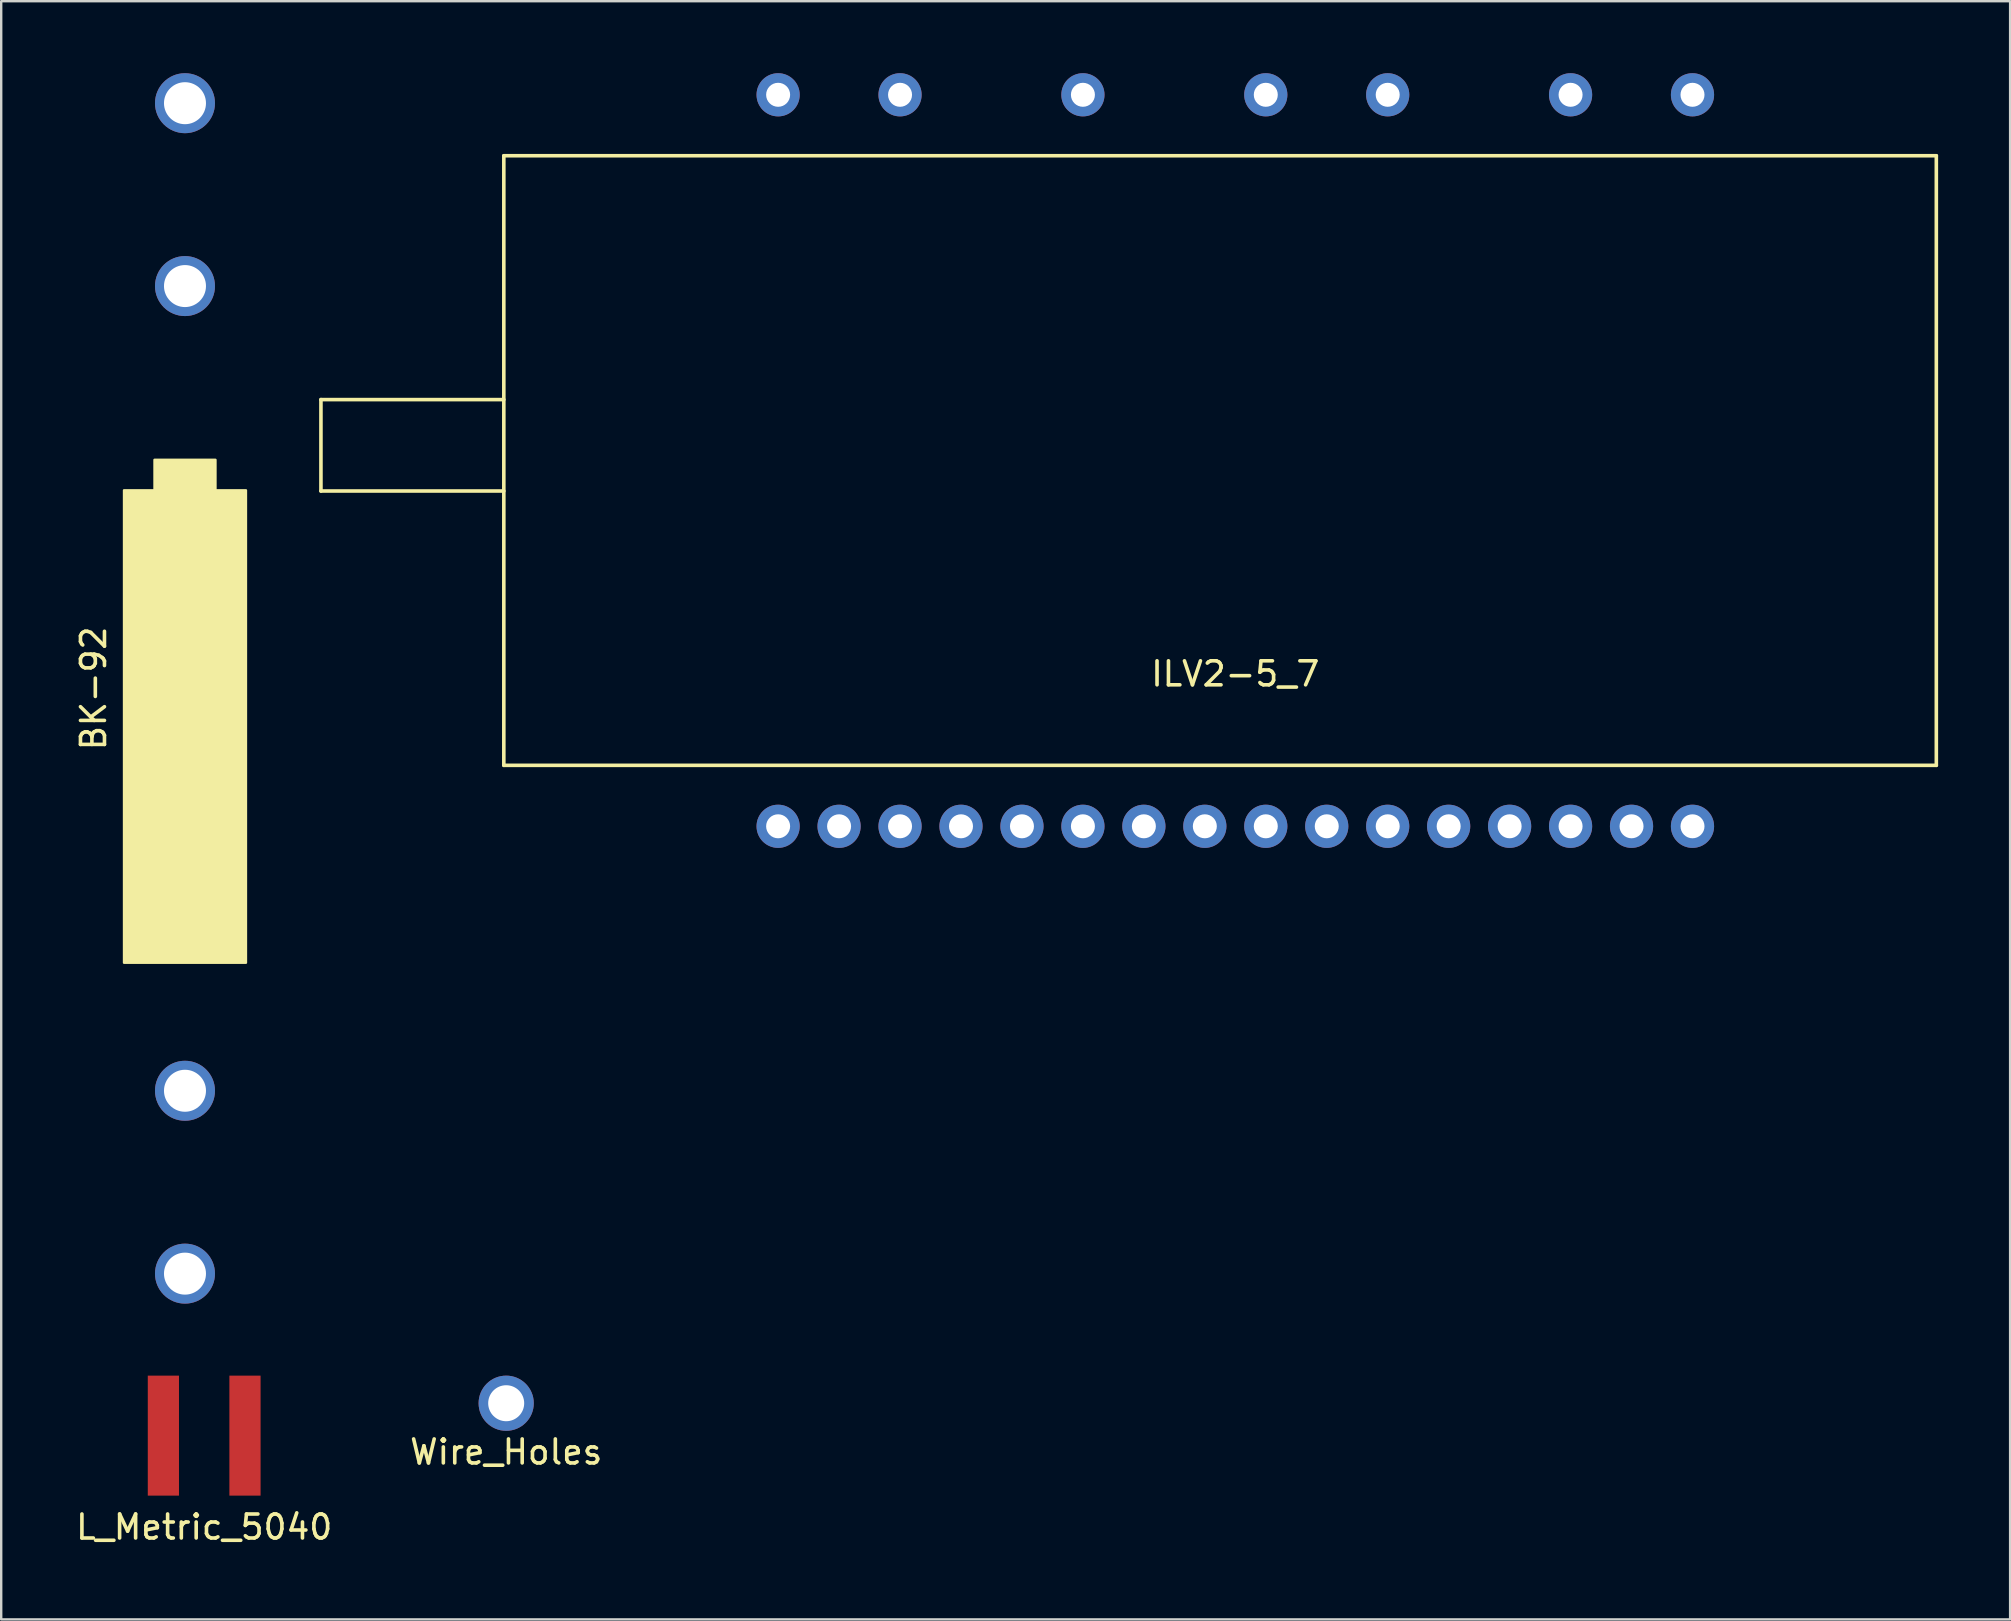
<source format=kicad_pcb>
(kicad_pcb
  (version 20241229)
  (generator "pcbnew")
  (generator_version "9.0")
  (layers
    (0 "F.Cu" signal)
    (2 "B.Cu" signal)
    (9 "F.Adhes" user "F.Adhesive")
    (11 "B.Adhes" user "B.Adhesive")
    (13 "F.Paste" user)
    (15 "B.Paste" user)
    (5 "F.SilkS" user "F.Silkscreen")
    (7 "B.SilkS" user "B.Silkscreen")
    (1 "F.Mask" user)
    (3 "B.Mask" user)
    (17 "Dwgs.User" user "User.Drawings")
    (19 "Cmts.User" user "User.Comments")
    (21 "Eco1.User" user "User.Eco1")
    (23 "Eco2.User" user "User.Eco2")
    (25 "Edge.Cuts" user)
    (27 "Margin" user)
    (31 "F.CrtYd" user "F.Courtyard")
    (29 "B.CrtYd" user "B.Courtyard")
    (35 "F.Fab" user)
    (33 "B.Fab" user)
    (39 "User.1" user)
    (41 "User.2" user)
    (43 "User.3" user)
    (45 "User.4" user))
  (footprint "Wire_Holes"
    (layer "F.Cu")
    (at 18.042 55.42)
    (property "Reference" "Wire_Holes" (at 0 2.032 0) (layer "F.SilkS") (effects (font (size 1 1) (thickness 0.15))))
    (attr through_hole)
    (pad "1" thru_hole circle (at 0 0) (size 2.3 2.3) (drill 1.5) (layers "*.Cu" "*.Mask")))
  (footprint "BK-92"
    (layer "F.Cu")
    (at 4.658 25.635)
    (property "Reference" "BK-92" (at -3.81 0 270) (layer "F.SilkS") (effects (font (size 1 1) (thickness 0.15))))
    (attr through_hole)
    (fp_poly (pts (xy -2.54 11.43) (xy 2.54 11.43) (xy 2.54 -8.255) (xy -2.54 -8.255)) (stroke (width 0.1) (type solid)) (fill yes) (layer "F.SilkS"))
    (fp_poly (pts (xy -1.27 -8.255) (xy -1.27 -9.525) (xy 1.27 -9.525) (xy 1.27 -8.255)) (stroke (width 0.1) (type solid)) (fill yes) (layer "F.SilkS"))
    (pad "1" thru_hole circle (at 0 -24.385) (size 2.5 2.5) (drill 1.75) (layers "*.Cu" "*.Mask"))
    (pad "1" thru_hole circle (at 0 -16.765) (size 2.5 2.5) (drill 1.75) (layers "*.Cu" "*.Mask"))
    (pad "2" thru_hole circle (at 0 16.765) (size 2.5 2.5) (drill 1.75) (layers "*.Cu" "*.Mask"))
    (pad "2" thru_hole circle (at 0 24.385) (size 2.5 2.5) (drill 1.75) (layers "*.Cu" "*.Mask")))
  (footprint "L_Metric_5040"
    (layer "F.Cu")
    (at 5.458 56.77)
    (property "Reference" "L_Metric_5040" (at 0 3.81 0) (layer "F.SilkS") (effects (font (size 1 1) (thickness 0.15))))
    (attr through_hole)
    (pad "1" smd rect (at -1.7 0) (size 1.3 5) (layers "F.Cu" "F.Mask" "F.Paste"))
    (pad "2" smd rect (at 1.7 0) (size 1.3 5) (layers "F.Cu" "F.Mask" "F.Paste")))
  (footprint "ILV2-5_7"
    (layer "F.Cu")
    (at 48.423 16.14)
    (property "Reference" "ILV2-5_7" (at 0 8.89 0) (layer "F.SilkS") (effects (font (size 1 1) (thickness 0.15))))
    (attr through_hole)
    (fp_line (start -38.1 -2.54) (end -38.1 1.27) (stroke (width 0.15) (type solid)) (layer "F.SilkS"))
    (fp_line (start -38.1 1.27) (end -30.48 1.27) (stroke (width 0.15) (type solid)) (layer "F.SilkS"))
    (fp_line (start -30.48 -12.7) (end 29.21 -12.7) (stroke (width 0.15) (type solid)) (layer "F.SilkS"))
    (fp_line (start -30.48 -2.54) (end -38.1 -2.54) (stroke (width 0.15) (type solid)) (layer "F.SilkS"))
    (fp_line (start -30.48 12.7) (end -30.48 -12.7) (stroke (width 0.15) (type solid)) (layer "F.SilkS"))
    (fp_line (start 29.21 -12.7) (end 29.21 12.7) (stroke (width 0.15) (type solid)) (layer "F.SilkS"))
    (fp_line (start 29.21 12.7) (end -30.48 12.7) (stroke (width 0.15) (type solid)) (layer "F.SilkS"))
    (pad "1" thru_hole circle (at -19.05 15.24) (size 1.8 1.8) (drill 1) (layers "*.Cu" "*.Mask"))
    (pad "2" thru_hole circle (at -16.51 15.24) (size 1.8 1.8) (drill 1) (layers "*.Cu" "*.Mask"))
    (pad "3" thru_hole circle (at -13.97 15.24) (size 1.8 1.8) (drill 1) (layers "*.Cu" "*.Mask"))
    (pad "4" thru_hole circle (at -11.43 15.24) (size 1.8 1.8) (drill 1) (layers "*.Cu" "*.Mask"))
    (pad "5" thru_hole circle (at -8.89 15.24) (size 1.8 1.8) (drill 1) (layers "*.Cu" "*.Mask"))
    (pad "6" thru_hole circle (at -6.35 15.24) (size 1.8 1.8) (drill 1) (layers "*.Cu" "*.Mask"))
    (pad "7" thru_hole circle (at -3.81 15.24) (size 1.8 1.8) (drill 1) (layers "*.Cu" "*.Mask"))
    (pad "8" thru_hole circle (at -1.27 15.24) (size 1.8 1.8) (drill 1) (layers "*.Cu" "*.Mask"))
    (pad "9" thru_hole circle (at 1.27 15.24) (size 1.8 1.8) (drill 1) (layers "*.Cu" "*.Mask"))
    (pad "10" thru_hole circle (at 3.81 15.24) (size 1.8 1.8) (drill 1) (layers "*.Cu" "*.Mask"))
    (pad "11" thru_hole circle (at 6.35 15.24) (size 1.8 1.8) (drill 1) (layers "*.Cu" "*.Mask"))
    (pad "12" thru_hole circle (at 8.89 15.24) (size 1.8 1.8) (drill 1) (layers "*.Cu" "*.Mask"))
    (pad "13" thru_hole circle (at 11.43 15.24) (size 1.8 1.8) (drill 1) (layers "*.Cu" "*.Mask"))
    (pad "14" thru_hole circle (at 13.97 15.24) (size 1.8 1.8) (drill 1) (layers "*.Cu" "*.Mask"))
    (pad "15" thru_hole circle (at 16.51 15.24) (size 1.8 1.8) (drill 1) (layers "*.Cu" "*.Mask"))
    (pad "16" thru_hole circle (at 19.05 15.24) (size 1.8 1.8) (drill 1) (layers "*.Cu" "*.Mask"))
    (pad "17" thru_hole circle (at 19.05 -15.24) (size 1.8 1.8) (drill 1) (layers "*.Cu" "*.Mask"))
    (pad "18" thru_hole circle (at 13.97 -15.24) (size 1.8 1.8) (drill 1) (layers "*.Cu" "*.Mask"))
    (pad "19" thru_hole circle (at 6.35 -15.24) (size 1.8 1.8) (drill 1) (layers "*.Cu" "*.Mask"))
    (pad "20" thru_hole circle (at 1.27 -15.24) (size 1.8 1.8) (drill 1) (layers "*.Cu" "*.Mask"))
    (pad "21" thru_hole circle (at -6.35 -15.24) (size 1.8 1.8) (drill 1) (layers "*.Cu" "*.Mask"))
    (pad "22" thru_hole circle (at -13.97 -15.24) (size 1.8 1.8) (drill 1) (layers "*.Cu" "*.Mask"))
    (pad "23" thru_hole circle (at -19.05 -15.24) (size 1.8 1.8) (drill 1) (layers "*.Cu" "*.Mask")))
  (gr_rect
    (start -3 -3)
    (end 80.708 64.428)
    (stroke (width 0.1) (type default))
    (fill no)
    (layer "Edge.Cuts")))
</source>
